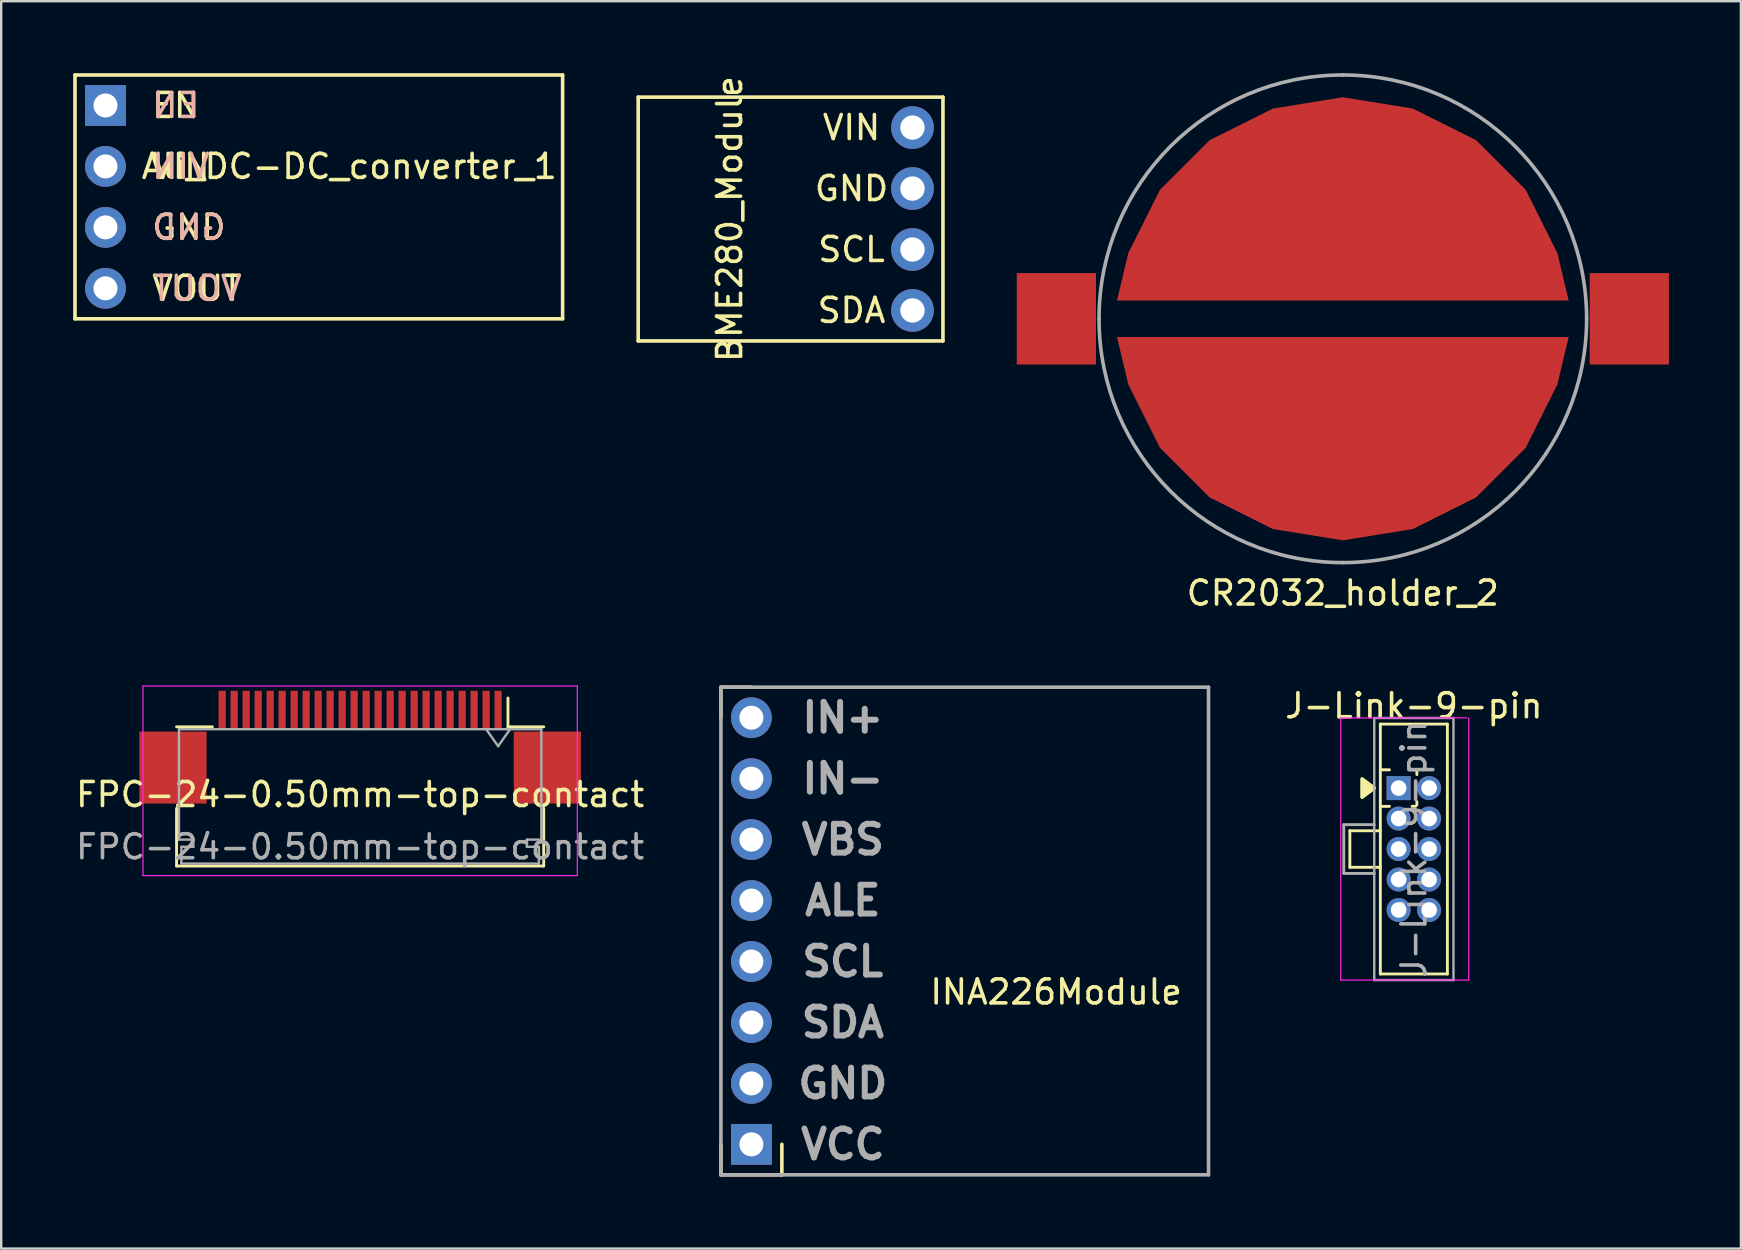
<source format=kicad_pcb>
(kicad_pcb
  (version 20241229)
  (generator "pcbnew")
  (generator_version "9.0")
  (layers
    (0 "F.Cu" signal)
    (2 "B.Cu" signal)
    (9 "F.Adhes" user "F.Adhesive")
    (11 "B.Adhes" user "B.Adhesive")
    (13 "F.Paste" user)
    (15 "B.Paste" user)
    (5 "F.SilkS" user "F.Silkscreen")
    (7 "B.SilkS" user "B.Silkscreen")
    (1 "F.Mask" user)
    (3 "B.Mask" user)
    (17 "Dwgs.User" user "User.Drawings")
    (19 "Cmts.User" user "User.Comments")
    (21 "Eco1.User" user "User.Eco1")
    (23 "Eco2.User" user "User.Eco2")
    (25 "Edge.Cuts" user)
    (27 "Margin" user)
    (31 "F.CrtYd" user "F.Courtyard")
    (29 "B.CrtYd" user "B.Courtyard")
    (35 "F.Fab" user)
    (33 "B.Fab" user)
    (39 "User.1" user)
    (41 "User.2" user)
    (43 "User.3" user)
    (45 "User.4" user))
  (footprint "Ali_DC-DC_converter_1"
    (layer "F.Cu")
    (at 1.345 1.345)
    (property "Reference" "Ali_DC-DC_converter_1" (at 10.16 2.54 0) (layer "F.SilkS") (effects (font (size 1 1) (thickness 0.15))))
    (attr through_hole)
    (fp_line (start -1.27 -1.27) (end -1.27 8.89) (stroke (width 0.15) (type solid)) (layer "F.SilkS"))
    (fp_line (start -1.27 8.89) (end 19.05 8.89) (stroke (width 0.15) (type solid)) (layer "F.SilkS"))
    (fp_line (start 19.05 -1.27) (end -1.27 -1.27) (stroke (width 0.15) (type solid)) (layer "F.SilkS"))
    (fp_line (start 19.05 8.89) (end 19.05 -1.27) (stroke (width 0.15) (type solid)) (layer "F.SilkS"))
    (fp_text user "EN" (at 2.929 0 0) (layer "F.SilkS") (effects (font (size 1 1) (thickness 0.15))))
    (fp_text user "VIN" (at 3.143 2.54 0) (layer "F.SilkS") (effects (font (size 1 1) (thickness 0.15))))
    (fp_text user "VOUT" (at 3.81 7.62 0) (layer "F.SilkS") (effects (font (size 1 1) (thickness 0.15))))
    (fp_text user "GND" (at 3.477 5.08 0) (layer "F.SilkS") (effects (font (size 1 1) (thickness 0.15))))
    (fp_text user "VIN" (at 3.143 2.54 0) (layer "B.SilkS") (effects (font (size 1 1) (thickness 0.15)) (justify mirror)))
    (fp_text user "EN" (at 2.929 0 0) (layer "B.SilkS") (effects (font (size 1 1) (thickness 0.15)) (justify mirror)))
    (fp_text user "VOUT" (at 3.81 7.62 0) (layer "B.SilkS") (effects (font (size 1 1) (thickness 0.15)) (justify mirror)))
    (fp_text user "GND" (at 3.477 5.08 0) (layer "B.SilkS") (effects (font (size 1 1) (thickness 0.15)) (justify mirror)))
    (pad "1" thru_hole rect (at 0 0) (size 1.7 1.7) (drill 1) (layers "*.Cu" "*.Mask"))
    (pad "2" thru_hole oval (at 0 2.54) (size 1.7 1.7) (drill 1) (layers "*.Cu" "*.Mask"))
    (pad "3" thru_hole oval (at 0 5.08) (size 1.7 1.7) (drill 1) (layers "*.Cu" "*.Mask"))
    (pad "4" thru_hole oval (at 0 7.62) (size 1.7 1.7) (drill 1) (layers "*.Cu" "*.Mask")))
  (footprint "BME280_Module"
    (layer "F.Cu")
    (at 34.975 2.267)
    (property "Reference" "BME280_Module" (at -7.62 3.81 90) (layer "F.SilkS") (effects (font (size 1 1) (thickness 0.15))))
    (attr through_hole)
    (fp_line (start -11.43 -1.27) (end -11.43 8.89) (stroke (width 0.15) (type solid)) (layer "F.SilkS"))
    (fp_line (start -11.43 8.89) (end 1.27 8.89) (stroke (width 0.15) (type solid)) (layer "F.SilkS"))
    (fp_line (start 1.27 -1.27) (end -11.43 -1.27) (stroke (width 0.15) (type solid)) (layer "F.SilkS"))
    (fp_line (start 1.27 8.89) (end 1.27 -1.27) (stroke (width 0.15) (type solid)) (layer "F.SilkS"))
    (fp_text user "GND" (at -2.54 2.54 0) (layer "F.SilkS") (effects (font (size 1 1) (thickness 0.15))))
    (fp_text user "SCL" (at -2.54 5.08 0) (layer "F.SilkS") (effects (font (size 1 1) (thickness 0.15))))
    (fp_text user "VIN" (at -2.54 0 0) (layer "F.SilkS") (effects (font (size 1 1) (thickness 0.15))))
    (fp_text user "SDA" (at -2.54 7.62 0) (layer "F.SilkS") (effects (font (size 1 1) (thickness 0.15))))
    (pad "0" thru_hole circle (at 0 0) (size 1.778 1.778) (drill 1.016) (layers "*.Cu" "*.Mask"))
    (pad "1" thru_hole circle (at 0 2.54) (size 1.778 1.778) (drill 1.016) (layers "*.Cu" "*.Mask"))
    (pad "2" thru_hole circle (at 0 5.08) (size 1.778 1.778) (drill 1.016) (layers "*.Cu" "*.Mask"))
    (pad "3" thru_hole circle (at 0 7.62) (size 1.778 1.778) (drill 1.016) (layers "*.Cu" "*.Mask")))
  (footprint "FPC-24-0.50mm-top-contact"
    (layer "F.Cu")
    (at 11.958 28.538)
    (property "Reference" "FPC-24-0.50mm-top-contact" (at 0 1.524 0) (layer "F.SilkS") (effects (font (size 1 1) (thickness 0.15))))
    (attr smd)
    (fp_line (start -7.65 2.1) (end -7.65 4.5) (stroke (width 0.12) (type solid)) (layer "F.SilkS"))
    (fp_line (start -7.65 4.5) (end 7.65 4.5) (stroke (width 0.12) (type solid)) (layer "F.SilkS"))
    (fp_line (start -6.16 -1.3) (end -7.65 -1.3) (stroke (width 0.12) (type solid)) (layer "F.SilkS"))
    (fp_line (start 6.16 -1.3) (end 6.16 -2.5) (stroke (width 0.12) (type solid)) (layer "F.SilkS"))
    (fp_line (start 6.16 -1.3) (end 7.65 -1.3) (stroke (width 0.12) (type solid)) (layer "F.SilkS"))
    (fp_line (start 7.65 4.5) (end 7.65 2.1) (stroke (width 0.12) (type solid)) (layer "F.SilkS"))
    (fp_line (start -9.05 -3) (end -9.05 4.9) (stroke (width 0.05) (type solid)) (layer "F.CrtYd"))
    (fp_line (start -9.05 4.9) (end 9.05 4.9) (stroke (width 0.05) (type solid)) (layer "F.CrtYd"))
    (fp_line (start 9.05 -3) (end -9.05 -3) (stroke (width 0.05) (type solid)) (layer "F.CrtYd"))
    (fp_line (start 9.05 4.9) (end 9.05 -3) (stroke (width 0.05) (type solid)) (layer "F.CrtYd"))
    (fp_line (start -7.55 -1.2) (end -7.55 3.4) (stroke (width 0.1) (type solid)) (layer "F.Fab"))
    (fp_line (start -7.55 3.4) (end -6.95 3.4) (stroke (width 0.1) (type solid)) (layer "F.Fab"))
    (fp_line (start -7.45 3.7) (end -7.45 4.4) (stroke (width 0.1) (type solid)) (layer "F.Fab"))
    (fp_line (start -7.45 4.4) (end 0 4.4) (stroke (width 0.1) (type solid)) (layer "F.Fab"))
    (fp_line (start -6.95 3.4) (end -6.95 3.7) (stroke (width 0.1) (type solid)) (layer "F.Fab"))
    (fp_line (start -6.95 3.7) (end -7.45 3.7) (stroke (width 0.1) (type solid)) (layer "F.Fab"))
    (fp_line (start 0 -1.2) (end -7.55 -1.2) (stroke (width 0.1) (type solid)) (layer "F.Fab"))
    (fp_line (start 0 -1.2) (end 7.55 -1.2) (stroke (width 0.1) (type solid)) (layer "F.Fab"))
    (fp_line (start 5.25 -1.2) (end 5.75 -0.493) (stroke (width 0.1) (type solid)) (layer "F.Fab"))
    (fp_line (start 5.75 -0.493) (end 6.25 -1.2) (stroke (width 0.1) (type solid)) (layer "F.Fab"))
    (fp_line (start 6.95 3.4) (end 6.95 3.7) (stroke (width 0.1) (type solid)) (layer "F.Fab"))
    (fp_line (start 6.95 3.7) (end 7.45 3.7) (stroke (width 0.1) (type solid)) (layer "F.Fab"))
    (fp_line (start 7.45 3.7) (end 7.45 4.4) (stroke (width 0.1) (type solid)) (layer "F.Fab"))
    (fp_line (start 7.45 4.4) (end 0 4.4) (stroke (width 0.1) (type solid)) (layer "F.Fab"))
    (fp_line (start 7.55 -1.2) (end 7.55 3.4) (stroke (width 0.1) (type solid)) (layer "F.Fab"))
    (fp_line (start 7.55 3.4) (end 6.95 3.4) (stroke (width 0.1) (type solid)) (layer "F.Fab"))
    (fp_text user "${REFERENCE}" (at 0 3.7 0) (layer "F.Fab") (effects (font (size 1 1) (thickness 0.15))))
    (pad "1" smd rect (at 5.75 -2) (size 0.3 1.6) (layers "F.Cu" "F.Mask" "F.Paste"))
    (pad "2" smd rect (at 5.25 -2) (size 0.3 1.6) (layers "F.Cu" "F.Mask" "F.Paste"))
    (pad "3" smd rect (at 4.75 -2) (size 0.3 1.6) (layers "F.Cu" "F.Mask" "F.Paste"))
    (pad "4" smd rect (at 4.25 -2) (size 0.3 1.6) (layers "F.Cu" "F.Mask" "F.Paste"))
    (pad "5" smd rect (at 3.75 -2) (size 0.3 1.6) (layers "F.Cu" "F.Mask" "F.Paste"))
    (pad "6" smd rect (at 3.25 -2) (size 0.3 1.6) (layers "F.Cu" "F.Mask" "F.Paste"))
    (pad "7" smd rect (at 2.75 -2) (size 0.3 1.6) (layers "F.Cu" "F.Mask" "F.Paste"))
    (pad "8" smd rect (at 2.25 -2) (size 0.3 1.6) (layers "F.Cu" "F.Mask" "F.Paste"))
    (pad "9" smd rect (at 1.75 -2) (size 0.3 1.6) (layers "F.Cu" "F.Mask" "F.Paste"))
    (pad "10" smd rect (at 1.25 -2) (size 0.3 1.6) (layers "F.Cu" "F.Mask" "F.Paste"))
    (pad "11" smd rect (at 0.75 -2) (size 0.3 1.6) (layers "F.Cu" "F.Mask" "F.Paste"))
    (pad "12" smd rect (at 0.25 -2) (size 0.3 1.6) (layers "F.Cu" "F.Mask" "F.Paste"))
    (pad "13" smd rect (at -0.25 -2) (size 0.3 1.6) (layers "F.Cu" "F.Mask" "F.Paste"))
    (pad "14" smd rect (at -0.75 -2) (size 0.3 1.6) (layers "F.Cu" "F.Mask" "F.Paste"))
    (pad "15" smd rect (at -1.25 -2) (size 0.3 1.6) (layers "F.Cu" "F.Mask" "F.Paste"))
    (pad "16" smd rect (at -1.75 -2) (size 0.3 1.6) (layers "F.Cu" "F.Mask" "F.Paste"))
    (pad "17" smd rect (at -2.25 -2) (size 0.3 1.6) (layers "F.Cu" "F.Mask" "F.Paste"))
    (pad "18" smd rect (at -2.75 -2) (size 0.3 1.6) (layers "F.Cu" "F.Mask" "F.Paste"))
    (pad "19" smd rect (at -3.25 -2) (size 0.3 1.6) (layers "F.Cu" "F.Mask" "F.Paste"))
    (pad "20" smd rect (at -3.75 -2) (size 0.3 1.6) (layers "F.Cu" "F.Mask" "F.Paste"))
    (pad "21" smd rect (at -4.25 -2) (size 0.3 1.6) (layers "F.Cu" "F.Mask" "F.Paste"))
    (pad "22" smd rect (at -4.75 -2) (size 0.3 1.6) (layers "F.Cu" "F.Mask" "F.Paste"))
    (pad "23" smd rect (at -5.25 -2) (size 0.3 1.6) (layers "F.Cu" "F.Mask" "F.Paste"))
    (pad "24" smd rect (at -5.75 -2) (size 0.3 1.6) (layers "F.Cu" "F.Mask" "F.Paste"))
    (pad "MP" smd rect (at -7.8 0.4) (size 2.8 3) (layers "F.Cu" "F.Mask" "F.Paste"))
    (pad "MP" smd rect (at 7.8 0.4) (size 2.8 3) (layers "F.Cu" "F.Mask" "F.Paste")))
  (footprint "J-Link-9-pin"
    (layer "F.Cu")
    (at 55.234 29.791)
    (property "Reference" "J-Link-9-pin" (at 0.635 -3.429 0) (layer "F.SilkS") (effects (font (size 1 1) (thickness 0.15))))
    (attr through_hole)
    (fp_line (start -2.032 1.778) (end -2.032 3.302) (stroke (width 0.12) (type solid)) (layer "F.SilkS"))
    (fp_line (start -2.032 3.302) (end -0.762 3.302) (stroke (width 0.12) (type solid)) (layer "F.SilkS"))
    (fp_line (start -0.762 -2.667) (end -0.762 7.747) (stroke (width 0.12) (type solid)) (layer "F.SilkS"))
    (fp_line (start -0.762 -2.667) (end 2.032 -2.667) (stroke (width 0.12) (type solid)) (layer "F.SilkS"))
    (fp_line (start -0.762 0.762) (end -0.381 0.762) (stroke (width 0.12) (type solid)) (layer "F.SilkS"))
    (fp_line (start -0.762 1.778) (end -2.032 1.778) (stroke (width 0.12) (type solid)) (layer "F.SilkS"))
    (fp_line (start -0.762 7.747) (end 2.032 7.747) (stroke (width 0.12) (type solid)) (layer "F.SilkS"))
    (fp_line (start -0.381 -0.762) (end -0.762 -0.762) (stroke (width 0.12) (type solid)) (layer "F.SilkS"))
    (fp_line (start 0.563 -0.762) (end 0.707 -0.762) (stroke (width 0.12) (type solid)) (layer "F.SilkS"))
    (fp_line (start 0.563 0.76) (end 0.707 0.76) (stroke (width 0.12) (type solid)) (layer "F.SilkS"))
    (fp_line (start 0.76 -0.563) (end 0.76 -0.695) (stroke (width 0.12) (type solid)) (layer "F.SilkS"))
    (fp_line (start 0.76 0.707) (end 0.76 0.563) (stroke (width 0.12) (type solid)) (layer "F.SilkS"))
    (fp_line (start 2.032 -2.667) (end 2.032 7.747) (stroke (width 0.12) (type solid)) (layer "F.SilkS"))
    (fp_poly (pts (xy -1.016 0) (xy -1.524 -0.381) (xy -1.524 0.381)) (stroke (width 0.15) (type solid)) (fill yes) (layer "F.SilkS"))
    (fp_line (start -2.413 -2.921) (end -2.413 8.001) (stroke (width 0.05) (type solid)) (layer "F.CrtYd"))
    (fp_line (start -2.413 8.001) (end 2.921 8.001) (stroke (width 0.05) (type solid)) (layer "F.CrtYd"))
    (fp_line (start 2.85 -2.928) (end -2.413 -2.921) (stroke (width 0.05) (type solid)) (layer "F.CrtYd"))
    (fp_line (start 2.921 8.001) (end 2.921 -2.921) (stroke (width 0.05) (type solid)) (layer "F.CrtYd"))
    (fp_line (start -2.286 1.524) (end -1.016 1.524) (stroke (width 0.12) (type solid)) (layer "F.Fab"))
    (fp_line (start -2.286 3.556) (end -2.286 1.524) (stroke (width 0.12) (type solid)) (layer "F.Fab"))
    (fp_line (start -1.016 -2.921) (end 2.286 -2.921) (stroke (width 0.1) (type solid)) (layer "F.Fab"))
    (fp_line (start -1.016 3.556) (end -2.286 3.556) (stroke (width 0.12) (type solid)) (layer "F.Fab"))
    (fp_line (start -1.016 8.001) (end -1.016 -2.921) (stroke (width 0.1) (type solid)) (layer "F.Fab"))
    (fp_line (start 2.286 -2.921) (end 2.286 8.001) (stroke (width 0.1) (type solid)) (layer "F.Fab"))
    (fp_line (start 2.286 8.001) (end -1.016 8.001) (stroke (width 0.1) (type solid)) (layer "F.Fab"))
    (fp_text user "${REFERENCE}" (at 0.635 2.54 90) (layer "F.Fab") (effects (font (size 1 1) (thickness 0.15))))
    (pad "1" thru_hole rect (at 0 0) (size 1 1) (drill 0.65) (layers "*.Cu" "*.Mask"))
    (pad "2" thru_hole oval (at 1.27 0) (size 1 1) (drill 0.65) (layers "*.Cu" "*.Mask"))
    (pad "3" thru_hole oval (at 0 1.27) (size 1 1) (drill 0.65) (layers "*.Cu" "*.Mask"))
    (pad "4" thru_hole oval (at 1.27 1.27) (size 1 1) (drill 0.65) (layers "*.Cu" "*.Mask"))
    (pad "5" thru_hole oval (at 0 2.54) (size 1 1) (drill 0.65) (layers "*.Cu" "*.Mask"))
    (pad "6" thru_hole oval (at 1.27 2.54) (size 1 1) (drill 0.65) (layers "*.Cu" "*.Mask"))
    (pad "7" thru_hole oval (at 0 3.81) (size 1 1) (drill 0.65) (layers "*.Cu" "*.Mask"))
    (pad "8" thru_hole oval (at 1.27 3.81) (size 1 1) (drill 0.65) (layers "*.Cu" "*.Mask"))
    (pad "9" thru_hole oval (at 0 5.08) (size 1 1) (drill 0.65) (layers "*.Cu" "*.Mask"))
    (pad "10" thru_hole oval (at 1.27 5.08) (size 1 1) (drill 0.65) (layers "*.Cu" "*.Mask")))
  (footprint "CR2032_holder_2"
    (layer "F.Cu")
    (at 52.909 10.235)
    (property "Reference" "CR2032_holder_2" (at 0 11.43 0) (layer "F.SilkS") (effects (font (size 1 1) (thickness 0.15))))
    (attr through_hole)
    (fp_arc (start -10.16 0) (mid -7.184205 -7.184205) (end 0 -10.16) (stroke (width 0.15) (type solid)) (layer "F.Fab"))
    (fp_arc (start 0 -10.16) (mid 7.184205 -7.184205) (end 10.16 0) (stroke (width 0.15) (type solid)) (layer "F.Fab"))
    (fp_arc (start 0 10.16) (mid -7.184205 7.184205) (end -10.16 0) (stroke (width 0.15) (type solid)) (layer "F.Fab"))
    (fp_arc (start 10.16 0) (mid 7.184205 7.184205) (end 0 10.16) (stroke (width 0.15) (type solid)) (layer "F.Fab"))
    (pad "1" smd rect (at -11.938 0) (size 3.302 3.81) (layers "F.Cu" "F.Mask" "F.Paste"))
    (pad "1" smd rect (at 11.938 0) (size 3.302 3.81) (layers "F.Cu" "F.Mask" "F.Paste"))
    (pad "2" smd custom (at 0 -0.762 180) (size 0.025 0.025) (layers "F.Cu" "F.Mask" "F.Paste") (options (anchor circle)) (primitives (gr_poly (pts (xy 0 8.47) (xy 2.917 7.999) (xy 5.552 6.682) (xy 7.623 4.611) (xy 8.94 1.976) (xy 9.411 0) (xy -9.411 0) (xy -8.94 1.976) (xy -7.623 4.611) (xy -5.552 6.682) (xy -2.917 7.999)) (width 0) (fill yes))))
    (pad "2" smd custom (at 0 0.762) (size 0.025 0.025) (layers "F.Cu" "F.Mask" "F.Paste") (options (anchor circle)) (primitives (gr_poly (pts (xy 0 8.47) (xy 2.917 7.999) (xy 5.552 6.682) (xy 7.623 4.611) (xy 8.94 1.976) (xy 9.411 0) (xy -9.411 0) (xy -8.94 1.976) (xy -7.623 4.611) (xy -5.552 6.682) (xy -2.917 7.999)) (width 0) (fill yes)))))
  (footprint "INA226Module"
    (layer "F.Cu")
    (at 37.152 35.748)
    (property "Reference" "INA226Module" (at 3.81 2.54 0) (layer "F.SilkS") (effects (font (size 1 1) (thickness 0.15))))
    (attr through_hole)
    (fp_line (start -10.16 -10.16) (end -8.89 -10.16) (stroke (width 0.15) (type solid)) (layer "F.SilkS"))
    (fp_line (start -10.16 -8.89) (end -10.16 -10.16) (stroke (width 0.15) (type solid)) (layer "F.SilkS"))
    (fp_line (start -10.16 8.89) (end -10.16 10.16) (stroke (width 0.15) (type solid)) (layer "F.SilkS"))
    (fp_line (start -10.16 10.16) (end -7.62 10.16) (stroke (width 0.15) (type solid)) (layer "F.SilkS"))
    (fp_line (start -7.62 10.16) (end -7.62 8.89) (stroke (width 0.15) (type solid)) (layer "F.SilkS"))
    (fp_line (start -10.16 -10.16) (end 10.16 -10.16) (stroke (width 0.15) (type solid)) (layer "F.Fab"))
    (fp_line (start -10.16 10.16) (end -10.16 -10.16) (stroke (width 0.15) (type solid)) (layer "F.Fab"))
    (fp_line (start 10.16 -10.16) (end 10.16 10.16) (stroke (width 0.15) (type solid)) (layer "F.Fab"))
    (fp_line (start 10.16 10.16) (end -10.16 10.16) (stroke (width 0.15) (type solid)) (layer "F.Fab"))
    (fp_text user "ALE" (at -5.08 -1.27 0) (layer "F.Fab") (effects (font (size 1.2 1.2) (thickness 0.25))))
    (fp_text user "IN-" (at -5.08 -6.35 0) (layer "F.Fab") (effects (font (size 1.2 1.2) (thickness 0.25))))
    (fp_text user "SCL" (at -5.08 1.27 0) (layer "F.Fab") (effects (font (size 1.2 1.2) (thickness 0.25))))
    (fp_text user "GND" (at -5.08 6.35 0) (layer "F.Fab") (effects (font (size 1.2 1.2) (thickness 0.25))))
    (fp_text user "SDA" (at -5.08 3.81 0) (layer "F.Fab") (effects (font (size 1.2 1.2) (thickness 0.25))))
    (fp_text user "IN+" (at -5.08 -8.89 0) (layer "F.Fab") (effects (font (size 1.2 1.2) (thickness 0.25))))
    (fp_text user "VBS" (at -5.08 -3.81 0) (layer "F.Fab") (effects (font (size 1.2 1.2) (thickness 0.25))))
    (fp_text user "VCC" (at -5.08 8.89 0) (layer "F.Fab") (effects (font (size 1.2 1.2) (thickness 0.25))))
    (pad "3" thru_hole circle (at -8.89 -1.27) (size 1.7 1.7) (drill 1) (layers "*.Cu" "*.Mask"))
    (pad "4" thru_hole circle (at -8.89 3.81) (size 1.7 1.7) (drill 1) (layers "*.Cu" "*.Mask"))
    (pad "5" thru_hole circle (at -8.89 1.27) (size 1.7 1.7) (drill 1) (layers "*.Cu" "*.Mask"))
    (pad "6" thru_hole rect (at -8.89 8.89) (size 1.7 1.7) (drill 1) (layers "*.Cu" "*.Mask"))
    (pad "7" thru_hole circle (at -8.89 6.35) (size 1.7 1.7) (drill 1) (layers "*.Cu" "*.Mask"))
    (pad "8" thru_hole circle (at -8.89 -3.81) (size 1.7 1.7) (drill 1) (layers "*.Cu" "*.Mask"))
    (pad "9" thru_hole circle (at -8.89 -6.35) (size 1.7 1.7) (drill 1) (layers "*.Cu" "*.Mask"))
    (pad "10" thru_hole circle (at -8.89 -8.89) (size 1.7 1.7) (drill 1) (layers "*.Cu" "*.Mask")))
  (gr_rect
    (start -3 -3)
    (end 69.498 48.983)
    (stroke (width 0.1) (type default))
    (fill no)
    (layer "Edge.Cuts")))
</source>
